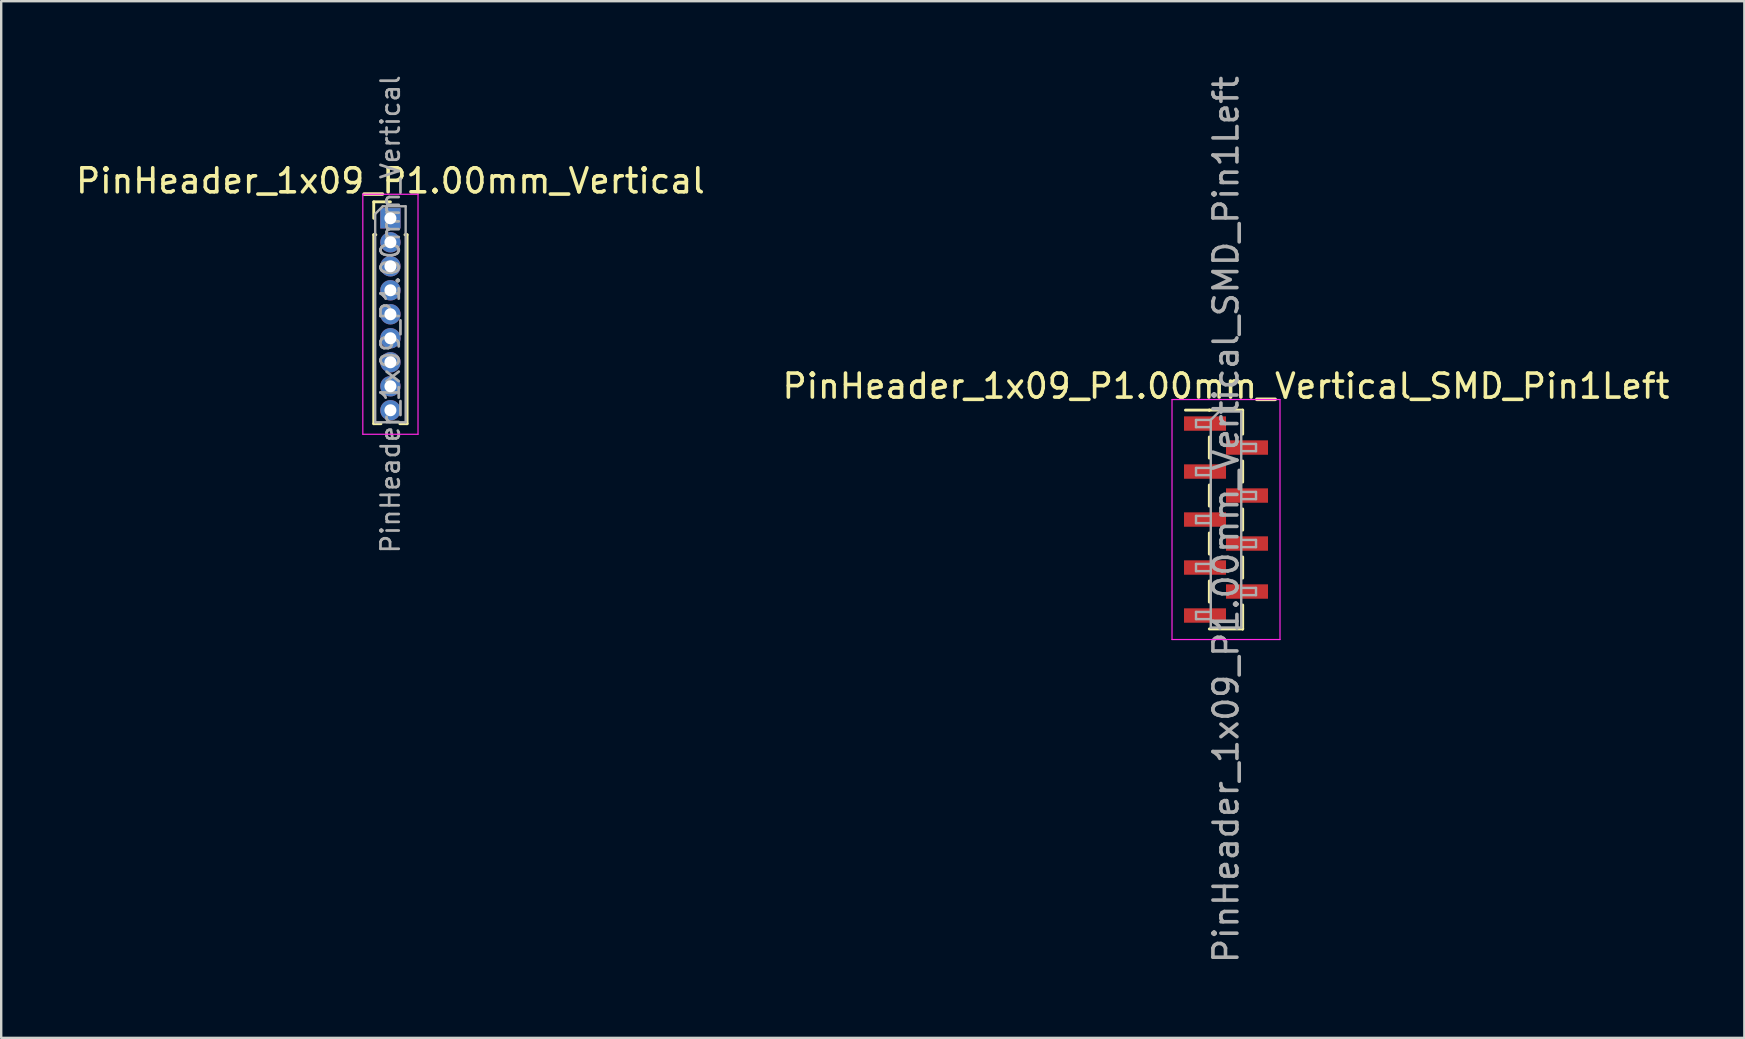
<source format=kicad_pcb>
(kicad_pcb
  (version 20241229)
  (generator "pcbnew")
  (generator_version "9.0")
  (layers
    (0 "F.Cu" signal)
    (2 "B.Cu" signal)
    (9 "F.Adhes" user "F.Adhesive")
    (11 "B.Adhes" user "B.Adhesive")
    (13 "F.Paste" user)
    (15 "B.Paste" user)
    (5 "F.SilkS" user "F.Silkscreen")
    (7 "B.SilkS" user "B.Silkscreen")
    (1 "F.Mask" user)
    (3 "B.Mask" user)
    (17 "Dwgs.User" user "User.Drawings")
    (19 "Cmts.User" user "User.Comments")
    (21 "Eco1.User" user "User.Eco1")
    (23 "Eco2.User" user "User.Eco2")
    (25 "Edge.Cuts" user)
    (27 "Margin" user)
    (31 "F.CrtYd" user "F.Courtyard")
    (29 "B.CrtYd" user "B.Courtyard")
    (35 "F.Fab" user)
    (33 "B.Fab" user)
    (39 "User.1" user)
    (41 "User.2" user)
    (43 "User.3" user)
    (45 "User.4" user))
  (footprint "PinHeader_1x09_P1.00mm_Vertical_SMD_Pin1Left"
    (layer "F.Cu")
    (at 48.042 18.601)
    (property "Reference" "PinHeader_1x09_P1.00mm_Vertical_SMD_Pin1Left" (at 0 -5.56 0) (layer "F.SilkS") (effects (font (size 1 1) (thickness 0.15))))
    (attr smd)
    (fp_line (start -0.695 -4.56) (end -1.69 -4.56) (stroke (width 0.12) (type solid)) (layer "F.SilkS"))
    (fp_line (start -0.695 -4.56) (end -0.695 -4.56) (stroke (width 0.12) (type solid)) (layer "F.SilkS"))
    (fp_line (start -0.695 -4.56) (end 0.695 -4.56) (stroke (width 0.12) (type solid)) (layer "F.SilkS"))
    (fp_line (start -0.695 -3.44) (end -0.695 -2.56) (stroke (width 0.12) (type solid)) (layer "F.SilkS"))
    (fp_line (start -0.695 -1.44) (end -0.695 -0.56) (stroke (width 0.12) (type solid)) (layer "F.SilkS"))
    (fp_line (start -0.695 0.56) (end -0.695 1.44) (stroke (width 0.12) (type solid)) (layer "F.SilkS"))
    (fp_line (start -0.695 2.56) (end -0.695 3.44) (stroke (width 0.12) (type solid)) (layer "F.SilkS"))
    (fp_line (start -0.695 4.56) (end 0.695 4.56) (stroke (width 0.12) (type solid)) (layer "F.SilkS"))
    (fp_line (start 0.695 -4.56) (end 0.695 -3.56) (stroke (width 0.12) (type solid)) (layer "F.SilkS"))
    (fp_line (start 0.695 -2.44) (end 0.695 -1.56) (stroke (width 0.12) (type solid)) (layer "F.SilkS"))
    (fp_line (start 0.695 -0.44) (end 0.695 0.44) (stroke (width 0.12) (type solid)) (layer "F.SilkS"))
    (fp_line (start 0.695 1.56) (end 0.695 2.44) (stroke (width 0.12) (type solid)) (layer "F.SilkS"))
    (fp_line (start 0.695 3.56) (end 0.695 4.56) (stroke (width 0.12) (type solid)) (layer "F.SilkS"))
    (fp_line (start 0.695 4.56) (end 0.695 4.56) (stroke (width 0.12) (type solid)) (layer "F.SilkS"))
    (fp_line (start -2.25 -5) (end -2.25 5) (stroke (width 0.05) (type solid)) (layer "F.CrtYd"))
    (fp_line (start -2.25 5) (end 2.25 5) (stroke (width 0.05) (type solid)) (layer "F.CrtYd"))
    (fp_line (start 2.25 -5) (end -2.25 -5) (stroke (width 0.05) (type solid)) (layer "F.CrtYd"))
    (fp_line (start 2.25 5) (end 2.25 -5) (stroke (width 0.05) (type solid)) (layer "F.CrtYd"))
    (fp_line (start -1.25 -4.15) (end -1.25 -3.85) (stroke (width 0.1) (type solid)) (layer "F.Fab"))
    (fp_line (start -1.25 -3.85) (end -0.635 -3.85) (stroke (width 0.1) (type solid)) (layer "F.Fab"))
    (fp_line (start -1.25 -2.15) (end -1.25 -1.85) (stroke (width 0.1) (type solid)) (layer "F.Fab"))
    (fp_line (start -1.25 -1.85) (end -0.635 -1.85) (stroke (width 0.1) (type solid)) (layer "F.Fab"))
    (fp_line (start -1.25 -0.15) (end -1.25 0.15) (stroke (width 0.1) (type solid)) (layer "F.Fab"))
    (fp_line (start -1.25 0.15) (end -0.635 0.15) (stroke (width 0.1) (type solid)) (layer "F.Fab"))
    (fp_line (start -1.25 1.85) (end -1.25 2.15) (stroke (width 0.1) (type solid)) (layer "F.Fab"))
    (fp_line (start -1.25 2.15) (end -0.635 2.15) (stroke (width 0.1) (type solid)) (layer "F.Fab"))
    (fp_line (start -1.25 3.85) (end -1.25 4.15) (stroke (width 0.1) (type solid)) (layer "F.Fab"))
    (fp_line (start -1.25 4.15) (end -0.635 4.15) (stroke (width 0.1) (type solid)) (layer "F.Fab"))
    (fp_line (start -0.635 -4.15) (end -1.25 -4.15) (stroke (width 0.1) (type solid)) (layer "F.Fab"))
    (fp_line (start -0.635 -4.15) (end -0.285 -4.5) (stroke (width 0.1) (type solid)) (layer "F.Fab"))
    (fp_line (start -0.635 -2.15) (end -1.25 -2.15) (stroke (width 0.1) (type solid)) (layer "F.Fab"))
    (fp_line (start -0.635 -0.15) (end -1.25 -0.15) (stroke (width 0.1) (type solid)) (layer "F.Fab"))
    (fp_line (start -0.635 1.85) (end -1.25 1.85) (stroke (width 0.1) (type solid)) (layer "F.Fab"))
    (fp_line (start -0.635 3.85) (end -1.25 3.85) (stroke (width 0.1) (type solid)) (layer "F.Fab"))
    (fp_line (start -0.635 4.5) (end -0.635 -4.15) (stroke (width 0.1) (type solid)) (layer "F.Fab"))
    (fp_line (start -0.285 -4.5) (end 0.635 -4.5) (stroke (width 0.1) (type solid)) (layer "F.Fab"))
    (fp_line (start 0.635 -4.5) (end 0.635 4.5) (stroke (width 0.1) (type solid)) (layer "F.Fab"))
    (fp_line (start 0.635 -3.15) (end 1.25 -3.15) (stroke (width 0.1) (type solid)) (layer "F.Fab"))
    (fp_line (start 0.635 -1.15) (end 1.25 -1.15) (stroke (width 0.1) (type solid)) (layer "F.Fab"))
    (fp_line (start 0.635 0.85) (end 1.25 0.85) (stroke (width 0.1) (type solid)) (layer "F.Fab"))
    (fp_line (start 0.635 2.85) (end 1.25 2.85) (stroke (width 0.1) (type solid)) (layer "F.Fab"))
    (fp_line (start 0.635 4.5) (end -0.635 4.5) (stroke (width 0.1) (type solid)) (layer "F.Fab"))
    (fp_line (start 1.25 -3.15) (end 1.25 -2.85) (stroke (width 0.1) (type solid)) (layer "F.Fab"))
    (fp_line (start 1.25 -2.85) (end 0.635 -2.85) (stroke (width 0.1) (type solid)) (layer "F.Fab"))
    (fp_line (start 1.25 -1.15) (end 1.25 -0.85) (stroke (width 0.1) (type solid)) (layer "F.Fab"))
    (fp_line (start 1.25 -0.85) (end 0.635 -0.85) (stroke (width 0.1) (type solid)) (layer "F.Fab"))
    (fp_line (start 1.25 0.85) (end 1.25 1.15) (stroke (width 0.1) (type solid)) (layer "F.Fab"))
    (fp_line (start 1.25 1.15) (end 0.635 1.15) (stroke (width 0.1) (type solid)) (layer "F.Fab"))
    (fp_line (start 1.25 2.85) (end 1.25 3.15) (stroke (width 0.1) (type solid)) (layer "F.Fab"))
    (fp_line (start 1.25 3.15) (end 0.635 3.15) (stroke (width 0.1) (type solid)) (layer "F.Fab"))
    (fp_text user "${REFERENCE}" (at 0 0 90) (layer "F.Fab") (effects (font (size 1 1) (thickness 0.15))))
    (pad "1" smd rect (at -0.875 -4) (size 1.75 0.6) (layers "F.Cu" "F.Mask" "F.Paste"))
    (pad "2" smd rect (at 0.875 -3) (size 1.75 0.6) (layers "F.Cu" "F.Mask" "F.Paste"))
    (pad "3" smd rect (at -0.875 -2) (size 1.75 0.6) (layers "F.Cu" "F.Mask" "F.Paste"))
    (pad "4" smd rect (at 0.875 -1) (size 1.75 0.6) (layers "F.Cu" "F.Mask" "F.Paste"))
    (pad "5" smd rect (at -0.875 0) (size 1.75 0.6) (layers "F.Cu" "F.Mask" "F.Paste"))
    (pad "6" smd rect (at 0.875 1) (size 1.75 0.6) (layers "F.Cu" "F.Mask" "F.Paste"))
    (pad "7" smd rect (at -0.875 2) (size 1.75 0.6) (layers "F.Cu" "F.Mask" "F.Paste"))
    (pad "8" smd rect (at 0.875 3) (size 1.75 0.6) (layers "F.Cu" "F.Mask" "F.Paste"))
    (pad "9" smd rect (at -0.875 4) (size 1.75 0.6) (layers "F.Cu" "F.Mask" "F.Paste")))
  (footprint "PinHeader_1x09_P1.00mm_Vertical"
    (layer "F.Cu")
    (at 13.22 6.047)
    (property "Reference" "PinHeader_1x09_P1.00mm_Vertical" (at 0 -1.56 0) (layer "F.SilkS") (effects (font (size 1 1) (thickness 0.15))))
    (attr through_hole)
    (fp_line (start -0.695 -0.685) (end 0 -0.685) (stroke (width 0.12) (type solid)) (layer "F.SilkS"))
    (fp_line (start -0.695 0) (end -0.695 -0.685) (stroke (width 0.12) (type solid)) (layer "F.SilkS"))
    (fp_line (start -0.695 0.685) (end -0.695 8.56) (stroke (width 0.12) (type solid)) (layer "F.SilkS"))
    (fp_line (start -0.695 0.685) (end -0.608 0.685) (stroke (width 0.12) (type solid)) (layer "F.SilkS"))
    (fp_line (start -0.695 8.56) (end -0.394 8.56) (stroke (width 0.12) (type solid)) (layer "F.SilkS"))
    (fp_line (start 0.394 8.56) (end 0.695 8.56) (stroke (width 0.12) (type solid)) (layer "F.SilkS"))
    (fp_line (start 0.608 0.685) (end 0.695 0.685) (stroke (width 0.12) (type solid)) (layer "F.SilkS"))
    (fp_line (start 0.695 0.685) (end 0.695 8.56) (stroke (width 0.12) (type solid)) (layer "F.SilkS"))
    (fp_line (start -1.15 -1) (end -1.15 9) (stroke (width 0.05) (type solid)) (layer "F.CrtYd"))
    (fp_line (start -1.15 9) (end 1.15 9) (stroke (width 0.05) (type solid)) (layer "F.CrtYd"))
    (fp_line (start 1.15 -1) (end -1.15 -1) (stroke (width 0.05) (type solid)) (layer "F.CrtYd"))
    (fp_line (start 1.15 9) (end 1.15 -1) (stroke (width 0.05) (type solid)) (layer "F.CrtYd"))
    (fp_line (start -0.635 -0.182) (end -0.318 -0.5) (stroke (width 0.1) (type solid)) (layer "F.Fab"))
    (fp_line (start -0.635 8.5) (end -0.635 -0.182) (stroke (width 0.1) (type solid)) (layer "F.Fab"))
    (fp_line (start -0.318 -0.5) (end 0.635 -0.5) (stroke (width 0.1) (type solid)) (layer "F.Fab"))
    (fp_line (start 0.635 -0.5) (end 0.635 8.5) (stroke (width 0.1) (type solid)) (layer "F.Fab"))
    (fp_line (start 0.635 8.5) (end -0.635 8.5) (stroke (width 0.1) (type solid)) (layer "F.Fab"))
    (fp_text user "${REFERENCE}" (at 0 4 90) (layer "F.Fab") (effects (font (size 0.76 0.76) (thickness 0.114))))
    (pad "1" thru_hole rect (at 0 0) (size 0.85 0.85) (drill 0.5) (layers "*.Cu" "*.Mask"))
    (pad "2" thru_hole oval (at 0 1) (size 0.85 0.85) (drill 0.5) (layers "*.Cu" "*.Mask"))
    (pad "3" thru_hole oval (at 0 2) (size 0.85 0.85) (drill 0.5) (layers "*.Cu" "*.Mask"))
    (pad "4" thru_hole oval (at 0 3) (size 0.85 0.85) (drill 0.5) (layers "*.Cu" "*.Mask"))
    (pad "5" thru_hole oval (at 0 4) (size 0.85 0.85) (drill 0.5) (layers "*.Cu" "*.Mask"))
    (pad "6" thru_hole oval (at 0 5) (size 0.85 0.85) (drill 0.5) (layers "*.Cu" "*.Mask"))
    (pad "7" thru_hole oval (at 0 6) (size 0.85 0.85) (drill 0.5) (layers "*.Cu" "*.Mask"))
    (pad "8" thru_hole oval (at 0 7) (size 0.85 0.85) (drill 0.5) (layers "*.Cu" "*.Mask"))
    (pad "9" thru_hole oval (at 0 8) (size 0.85 0.85) (drill 0.5) (layers "*.Cu" "*.Mask")))
  (gr_rect
    (start -3 -3)
    (end 69.643 40.202)
    (stroke (width 0.1) (type default))
    (fill no)
    (layer "Edge.Cuts")))
</source>
